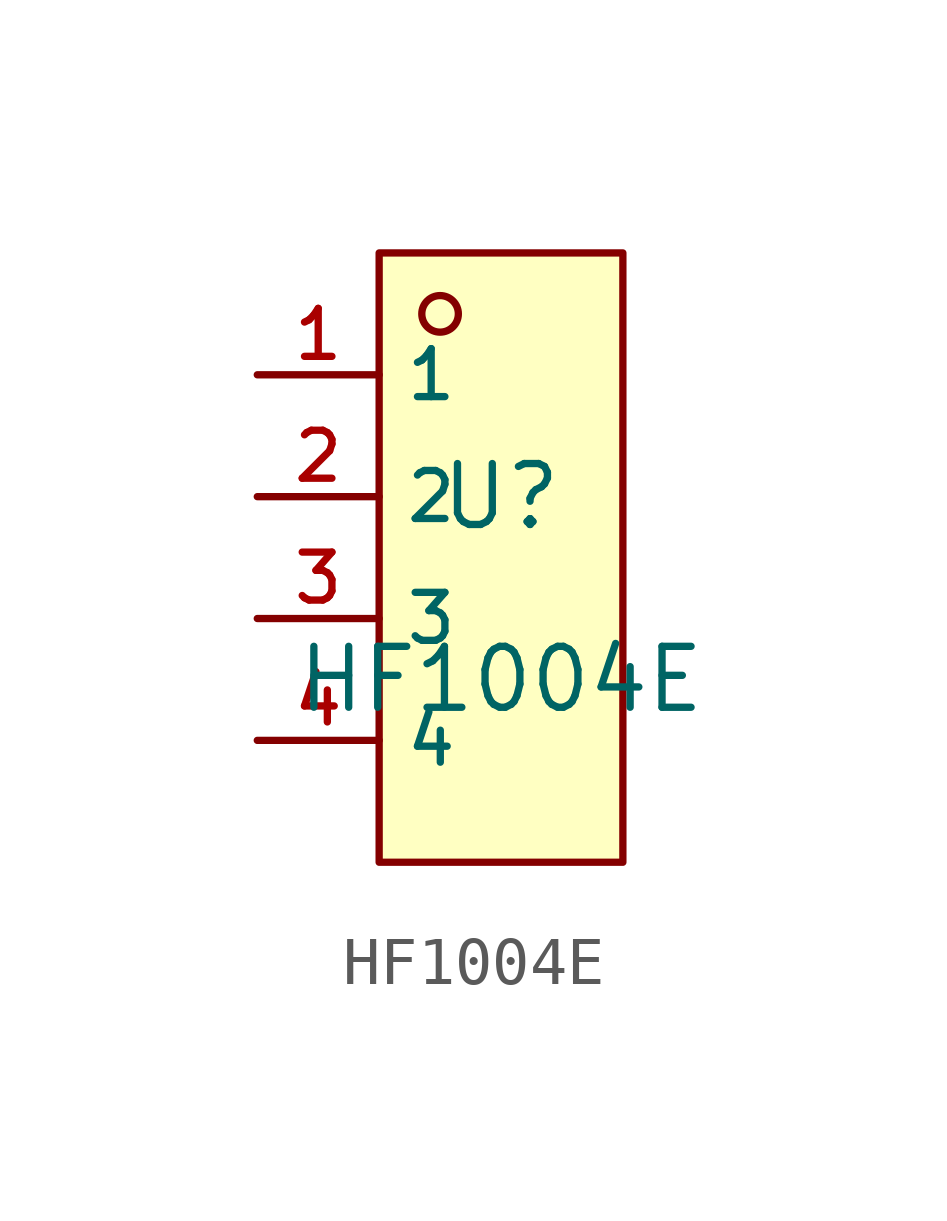
<source format=kicad_sym>
(kicad_symbol_lib
  (version 20210201)
  (generator TousstNicolas/JLC2KiCad_lib)
  (symbol "HF1004E"
    (property "Reference" "U"
      (at 0 1.27 0)
      (effects (font (size 1.27 1.27))))
    (property "Value" "HF1004E"
      (at 0 -2.54 0)
      (effects (font (size 1.27 1.27))))
    (symbol "HF1004E_0_1"
      (rectangle (start -2.54 6.35) (end 2.54 -6.35) (stroke (width 0) (type default) (color 0 0 0 0)) (fill (type background)))
      (circle (center -1.27 5.08) (radius 0.381) (stroke (width 0) (type default) (color 0 0 0 0)) (fill (type background)))
      (pin unspecified line (at -5.08 3.81 0) (length 2.54) (name "1" (effects (font (size 1 1)))) (number "1" (effects (font (size 1 1)))))
      (pin unspecified line (at -5.08 1.27 0) (length 2.54) (name "2" (effects (font (size 1 1)))) (number "2" (effects (font (size 1 1)))))
      (pin unspecified line (at -5.08 -1.27 0) (length 2.54) (name "3" (effects (font (size 1 1)))) (number "3" (effects (font (size 1 1)))))
      (pin unspecified line (at -5.08 -3.81 0) (length 2.54) (name "4" (effects (font (size 1 1)))) (number "4" (effects (font (size 1 1))))))))
</source>
